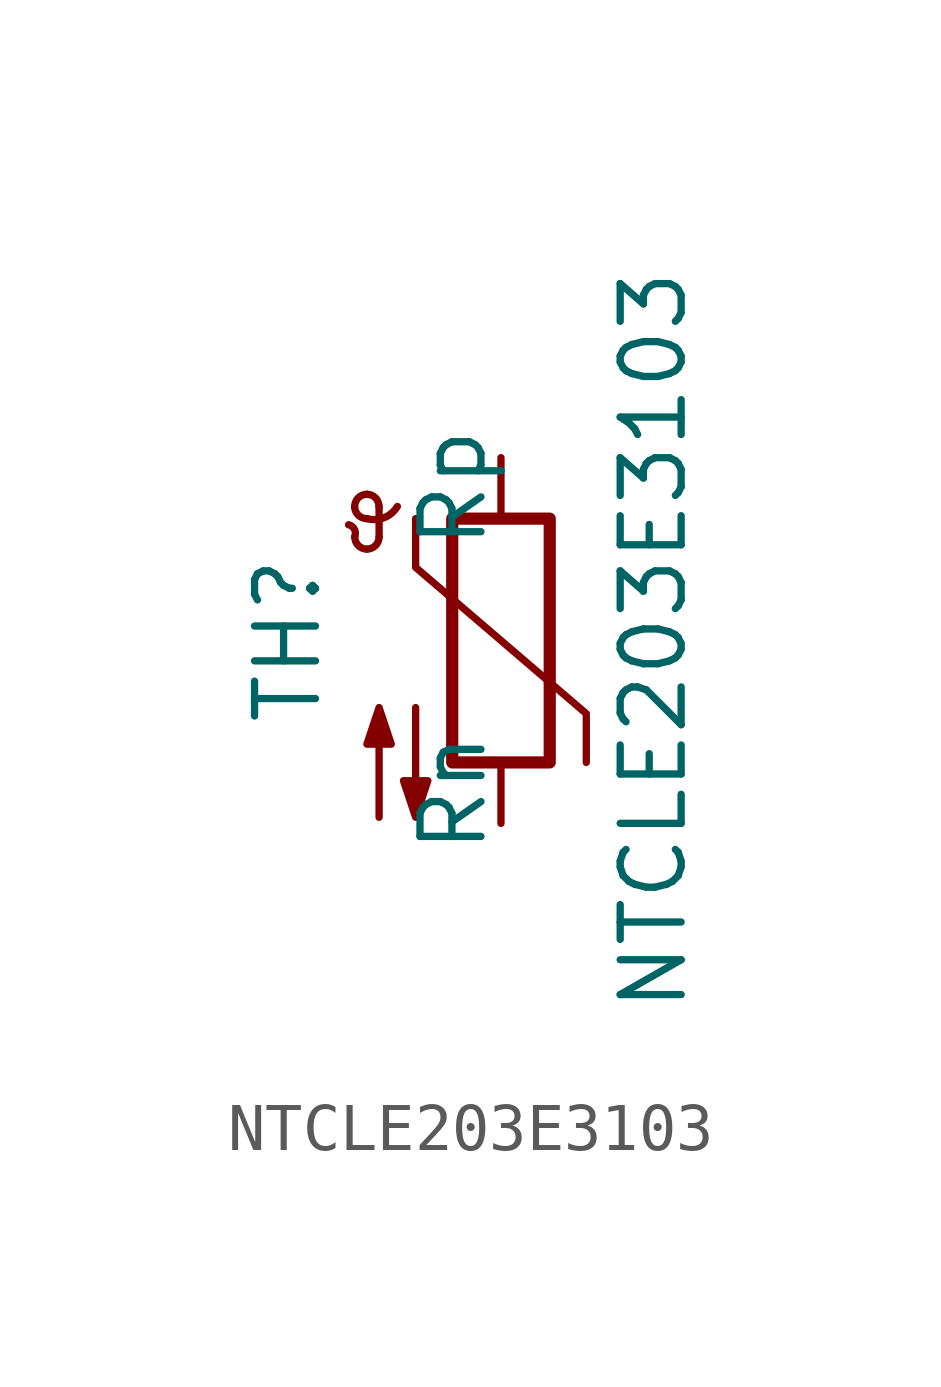
<source format=kicad_sym>
(kicad_symbol_lib
  (version 20211014)
  (generator kicad_symbol_editor)
  (symbol "NTCLE203E3103"
    (pin_numbers hide)
    (pin_names
      (offset 0))
    (property "Reference" "TH"
      (at -4.445 0 90)
      (effects (font (size 1.27 1.27))))
    (property "Value" "NTCLE203E3103"
      (at 3.175 0 90)
      (effects (font (size 1.27 1.27))))
    (symbol "NTCLE203E3103_0_1"
      (arc (start -3.048 2.159) (mid -3.0495 2.3143) (end -3.175 2.413) (stroke (width 0) (type default) (color 0 0 0 0)) (fill (type none)))
      (arc (start -3.048 2.159) (mid -2.9736 1.9794) (end -2.794 1.905) (stroke (width 0) (type default) (color 0 0 0 0)) (fill (type none)))
      (arc (start -3.048 2.794) (mid -2.9736 2.6144) (end -2.794 2.54) (stroke (width 0) (type default) (color 0 0 0 0)) (fill (type none)))
      (arc (start -2.794 1.905) (mid -2.6144 1.9794) (end -2.54 2.159) (stroke (width 0) (type default) (color 0 0 0 0)) (fill (type none)))
      (arc (start -2.794 2.54) (mid -2.4393 2.5587) (end -2.159 2.794) (stroke (width 0) (type default) (color 0 0 0 0)) (fill (type none)))
      (arc (start -2.794 3.048) (mid -2.9736 2.9736) (end -3.048 2.794) (stroke (width 0) (type default) (color 0 0 0 0)) (fill (type none)))
      (arc (start -2.54 2.794) (mid -2.6144 2.9736) (end -2.794 3.048) (stroke (width 0) (type default) (color 0 0 0 0)) (fill (type none)))
      (rectangle (start -1.016 2.54) (end 1.016 -2.54) (stroke (width 0.254) (type default) (color 0 0 0 0)) (fill (type none)))
      (polyline (pts (xy -2.54 2.159) (xy -2.54 2.794)) (stroke (width 0) (type default) (color 0 0 0 0)) (fill (type none)))
      (polyline (pts (xy -1.778 2.54) (xy -1.778 1.524) (xy 1.778 -1.524) (xy 1.778 -2.54)) (stroke (width 0) (type default) (color 0 0 0 0)) (fill (type none)))
      (polyline (pts (xy -2.54 -3.683) (xy -2.54 -1.397) (xy -2.794 -2.159) (xy -2.286 -2.159) (xy -2.54 -1.397) (xy -2.54 -1.651)) (stroke (width 0) (type default) (color 0 0 0 0)) (fill (type outline)))
      (polyline (pts (xy -1.778 -1.397) (xy -1.778 -3.683) (xy -2.032 -2.921) (xy -1.524 -2.921) (xy -1.778 -3.683) (xy -1.778 -3.429)) (stroke (width 0) (type default) (color 0 0 0 0)) (fill (type outline))))
    (symbol "NTCLE203E3103_1_1"
      (pin passive line (at 0 3.81 270) (length 1.27) (name "Rp" (effects (font (size 1.27 1.27)))) (number "1" (effects (font (size 1.27 1.27)))))
      (pin passive line (at 0 -3.81 90) (length 1.27) (name "Rn" (effects (font (size 1.27 1.27)))) (number "2" (effects (font (size 1.27 1.27))))))))
</source>
